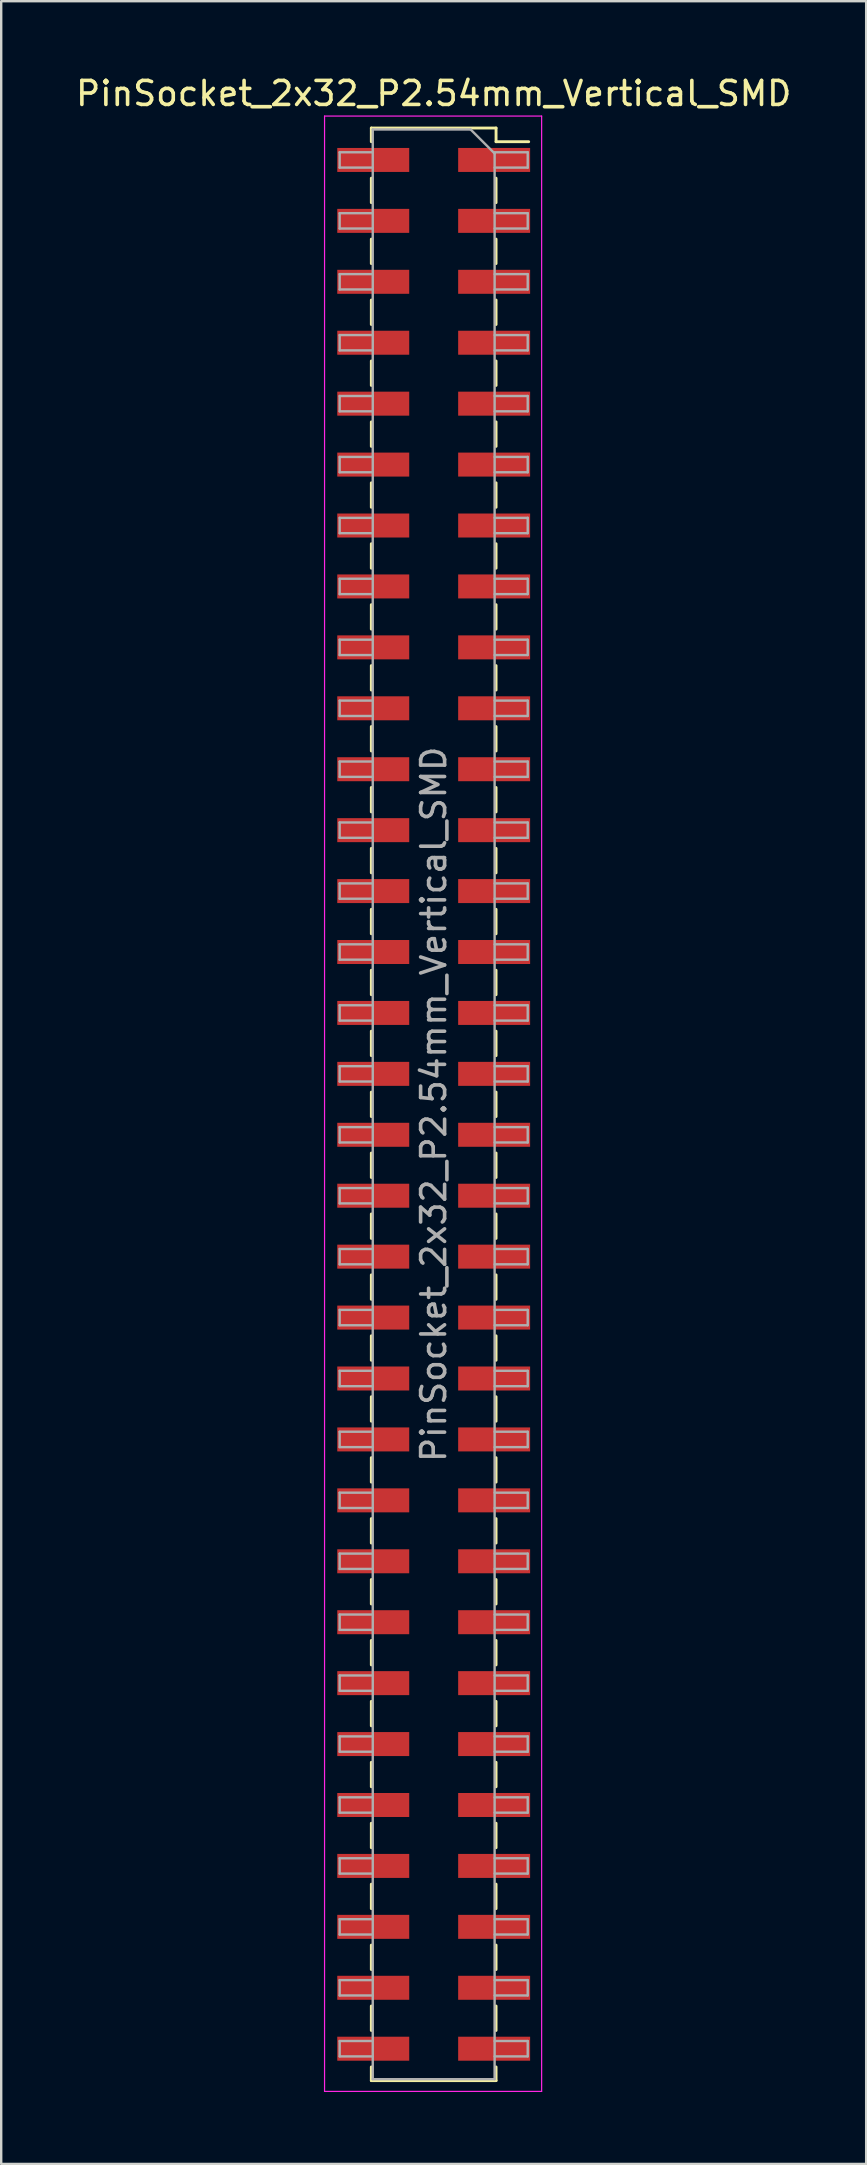
<source format=kicad_pcb>
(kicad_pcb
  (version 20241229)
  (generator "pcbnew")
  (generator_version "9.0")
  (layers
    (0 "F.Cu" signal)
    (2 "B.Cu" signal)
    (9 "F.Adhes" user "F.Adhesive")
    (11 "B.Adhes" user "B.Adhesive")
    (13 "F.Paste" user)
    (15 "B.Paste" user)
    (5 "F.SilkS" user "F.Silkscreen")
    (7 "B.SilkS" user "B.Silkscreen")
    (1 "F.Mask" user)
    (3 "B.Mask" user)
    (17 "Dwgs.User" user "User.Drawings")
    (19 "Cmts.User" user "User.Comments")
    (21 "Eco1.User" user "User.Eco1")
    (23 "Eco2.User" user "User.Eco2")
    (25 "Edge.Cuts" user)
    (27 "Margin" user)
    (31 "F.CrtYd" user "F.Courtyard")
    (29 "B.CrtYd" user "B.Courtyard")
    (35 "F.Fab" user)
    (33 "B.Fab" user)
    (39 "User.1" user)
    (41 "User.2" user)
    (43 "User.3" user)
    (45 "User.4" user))
  (footprint "PinSocket_2x32_P2.54mm_Vertical_SMD"
    (layer "F.Cu")
    (at 15.03 42.988)
    (property "Reference" "PinSocket_2x32_P2.54mm_Vertical_SMD" (at 0 -42.14 0) (layer "F.SilkS") (effects (font (size 1 1) (thickness 0.15))))
    (attr smd)
    (fp_line (start -2.6 -40.7) (end -2.6 -40.13) (stroke (width 0.12) (type solid)) (layer "F.SilkS"))
    (fp_line (start -2.6 -40.7) (end 2.6 -40.7) (stroke (width 0.12) (type solid)) (layer "F.SilkS"))
    (fp_line (start -2.6 -38.61) (end -2.6 -37.59) (stroke (width 0.12) (type solid)) (layer "F.SilkS"))
    (fp_line (start -2.6 -36.07) (end -2.6 -35.05) (stroke (width 0.12) (type solid)) (layer "F.SilkS"))
    (fp_line (start -2.6 -33.53) (end -2.6 -32.51) (stroke (width 0.12) (type solid)) (layer "F.SilkS"))
    (fp_line (start -2.6 -30.99) (end -2.6 -29.97) (stroke (width 0.12) (type solid)) (layer "F.SilkS"))
    (fp_line (start -2.6 -28.45) (end -2.6 -27.43) (stroke (width 0.12) (type solid)) (layer "F.SilkS"))
    (fp_line (start -2.6 -25.91) (end -2.6 -24.89) (stroke (width 0.12) (type solid)) (layer "F.SilkS"))
    (fp_line (start -2.6 -23.37) (end -2.6 -22.35) (stroke (width 0.12) (type solid)) (layer "F.SilkS"))
    (fp_line (start -2.6 -20.83) (end -2.6 -19.81) (stroke (width 0.12) (type solid)) (layer "F.SilkS"))
    (fp_line (start -2.6 -18.29) (end -2.6 -17.27) (stroke (width 0.12) (type solid)) (layer "F.SilkS"))
    (fp_line (start -2.6 -15.75) (end -2.6 -14.73) (stroke (width 0.12) (type solid)) (layer "F.SilkS"))
    (fp_line (start -2.6 -13.21) (end -2.6 -12.19) (stroke (width 0.12) (type solid)) (layer "F.SilkS"))
    (fp_line (start -2.6 -10.67) (end -2.6 -9.65) (stroke (width 0.12) (type solid)) (layer "F.SilkS"))
    (fp_line (start -2.6 -8.13) (end -2.6 -7.11) (stroke (width 0.12) (type solid)) (layer "F.SilkS"))
    (fp_line (start -2.6 -5.59) (end -2.6 -4.57) (stroke (width 0.12) (type solid)) (layer "F.SilkS"))
    (fp_line (start -2.6 -3.05) (end -2.6 -2.03) (stroke (width 0.12) (type solid)) (layer "F.SilkS"))
    (fp_line (start -2.6 -0.51) (end -2.6 0.51) (stroke (width 0.12) (type solid)) (layer "F.SilkS"))
    (fp_line (start -2.6 2.03) (end -2.6 3.05) (stroke (width 0.12) (type solid)) (layer "F.SilkS"))
    (fp_line (start -2.6 4.57) (end -2.6 5.59) (stroke (width 0.12) (type solid)) (layer "F.SilkS"))
    (fp_line (start -2.6 7.11) (end -2.6 8.13) (stroke (width 0.12) (type solid)) (layer "F.SilkS"))
    (fp_line (start -2.6 9.65) (end -2.6 10.67) (stroke (width 0.12) (type solid)) (layer "F.SilkS"))
    (fp_line (start -2.6 12.19) (end -2.6 13.21) (stroke (width 0.12) (type solid)) (layer "F.SilkS"))
    (fp_line (start -2.6 14.73) (end -2.6 15.75) (stroke (width 0.12) (type solid)) (layer "F.SilkS"))
    (fp_line (start -2.6 17.27) (end -2.6 18.29) (stroke (width 0.12) (type solid)) (layer "F.SilkS"))
    (fp_line (start -2.6 19.81) (end -2.6 20.83) (stroke (width 0.12) (type solid)) (layer "F.SilkS"))
    (fp_line (start -2.6 22.35) (end -2.6 23.37) (stroke (width 0.12) (type solid)) (layer "F.SilkS"))
    (fp_line (start -2.6 24.89) (end -2.6 25.91) (stroke (width 0.12) (type solid)) (layer "F.SilkS"))
    (fp_line (start -2.6 27.43) (end -2.6 28.45) (stroke (width 0.12) (type solid)) (layer "F.SilkS"))
    (fp_line (start -2.6 29.97) (end -2.6 30.99) (stroke (width 0.12) (type solid)) (layer "F.SilkS"))
    (fp_line (start -2.6 32.51) (end -2.6 33.53) (stroke (width 0.12) (type solid)) (layer "F.SilkS"))
    (fp_line (start -2.6 35.05) (end -2.6 36.07) (stroke (width 0.12) (type solid)) (layer "F.SilkS"))
    (fp_line (start -2.6 37.59) (end -2.6 38.61) (stroke (width 0.12) (type solid)) (layer "F.SilkS"))
    (fp_line (start -2.6 40.13) (end -2.6 40.7) (stroke (width 0.12) (type solid)) (layer "F.SilkS"))
    (fp_line (start -2.6 40.7) (end 2.6 40.7) (stroke (width 0.12) (type solid)) (layer "F.SilkS"))
    (fp_line (start 2.6 -40.7) (end 2.6 -40.13) (stroke (width 0.12) (type solid)) (layer "F.SilkS"))
    (fp_line (start 2.6 -40.13) (end 3.96 -40.13) (stroke (width 0.12) (type solid)) (layer "F.SilkS"))
    (fp_line (start 2.6 -38.61) (end 2.6 -37.59) (stroke (width 0.12) (type solid)) (layer "F.SilkS"))
    (fp_line (start 2.6 -36.07) (end 2.6 -35.05) (stroke (width 0.12) (type solid)) (layer "F.SilkS"))
    (fp_line (start 2.6 -33.53) (end 2.6 -32.51) (stroke (width 0.12) (type solid)) (layer "F.SilkS"))
    (fp_line (start 2.6 -30.99) (end 2.6 -29.97) (stroke (width 0.12) (type solid)) (layer "F.SilkS"))
    (fp_line (start 2.6 -28.45) (end 2.6 -27.43) (stroke (width 0.12) (type solid)) (layer "F.SilkS"))
    (fp_line (start 2.6 -25.91) (end 2.6 -24.89) (stroke (width 0.12) (type solid)) (layer "F.SilkS"))
    (fp_line (start 2.6 -23.37) (end 2.6 -22.35) (stroke (width 0.12) (type solid)) (layer "F.SilkS"))
    (fp_line (start 2.6 -20.83) (end 2.6 -19.81) (stroke (width 0.12) (type solid)) (layer "F.SilkS"))
    (fp_line (start 2.6 -18.29) (end 2.6 -17.27) (stroke (width 0.12) (type solid)) (layer "F.SilkS"))
    (fp_line (start 2.6 -15.75) (end 2.6 -14.73) (stroke (width 0.12) (type solid)) (layer "F.SilkS"))
    (fp_line (start 2.6 -13.21) (end 2.6 -12.19) (stroke (width 0.12) (type solid)) (layer "F.SilkS"))
    (fp_line (start 2.6 -10.67) (end 2.6 -9.65) (stroke (width 0.12) (type solid)) (layer "F.SilkS"))
    (fp_line (start 2.6 -8.13) (end 2.6 -7.11) (stroke (width 0.12) (type solid)) (layer "F.SilkS"))
    (fp_line (start 2.6 -5.59) (end 2.6 -4.57) (stroke (width 0.12) (type solid)) (layer "F.SilkS"))
    (fp_line (start 2.6 -3.05) (end 2.6 -2.03) (stroke (width 0.12) (type solid)) (layer "F.SilkS"))
    (fp_line (start 2.6 -0.51) (end 2.6 0.51) (stroke (width 0.12) (type solid)) (layer "F.SilkS"))
    (fp_line (start 2.6 2.03) (end 2.6 3.05) (stroke (width 0.12) (type solid)) (layer "F.SilkS"))
    (fp_line (start 2.6 4.57) (end 2.6 5.59) (stroke (width 0.12) (type solid)) (layer "F.SilkS"))
    (fp_line (start 2.6 7.11) (end 2.6 8.13) (stroke (width 0.12) (type solid)) (layer "F.SilkS"))
    (fp_line (start 2.6 9.65) (end 2.6 10.67) (stroke (width 0.12) (type solid)) (layer "F.SilkS"))
    (fp_line (start 2.6 12.19) (end 2.6 13.21) (stroke (width 0.12) (type solid)) (layer "F.SilkS"))
    (fp_line (start 2.6 14.73) (end 2.6 15.75) (stroke (width 0.12) (type solid)) (layer "F.SilkS"))
    (fp_line (start 2.6 17.27) (end 2.6 18.29) (stroke (width 0.12) (type solid)) (layer "F.SilkS"))
    (fp_line (start 2.6 19.81) (end 2.6 20.83) (stroke (width 0.12) (type solid)) (layer "F.SilkS"))
    (fp_line (start 2.6 22.35) (end 2.6 23.37) (stroke (width 0.12) (type solid)) (layer "F.SilkS"))
    (fp_line (start 2.6 24.89) (end 2.6 25.91) (stroke (width 0.12) (type solid)) (layer "F.SilkS"))
    (fp_line (start 2.6 27.43) (end 2.6 28.45) (stroke (width 0.12) (type solid)) (layer "F.SilkS"))
    (fp_line (start 2.6 29.97) (end 2.6 30.99) (stroke (width 0.12) (type solid)) (layer "F.SilkS"))
    (fp_line (start 2.6 32.51) (end 2.6 33.53) (stroke (width 0.12) (type solid)) (layer "F.SilkS"))
    (fp_line (start 2.6 35.05) (end 2.6 36.07) (stroke (width 0.12) (type solid)) (layer "F.SilkS"))
    (fp_line (start 2.6 37.59) (end 2.6 38.61) (stroke (width 0.12) (type solid)) (layer "F.SilkS"))
    (fp_line (start 2.6 40.13) (end 2.6 40.7) (stroke (width 0.12) (type solid)) (layer "F.SilkS"))
    (fp_line (start -4.55 -41.2) (end 4.5 -41.2) (stroke (width 0.05) (type solid)) (layer "F.CrtYd"))
    (fp_line (start -4.55 41.15) (end -4.55 -41.2) (stroke (width 0.05) (type solid)) (layer "F.CrtYd"))
    (fp_line (start 4.5 -41.2) (end 4.5 41.15) (stroke (width 0.05) (type solid)) (layer "F.CrtYd"))
    (fp_line (start 4.5 41.15) (end -4.55 41.15) (stroke (width 0.05) (type solid)) (layer "F.CrtYd"))
    (fp_line (start -3.92 -39.69) (end -2.54 -39.69) (stroke (width 0.1) (type solid)) (layer "F.Fab"))
    (fp_line (start -3.92 -39.05) (end -3.92 -39.69) (stroke (width 0.1) (type solid)) (layer "F.Fab"))
    (fp_line (start -3.92 -37.15) (end -2.54 -37.15) (stroke (width 0.1) (type solid)) (layer "F.Fab"))
    (fp_line (start -3.92 -36.51) (end -3.92 -37.15) (stroke (width 0.1) (type solid)) (layer "F.Fab"))
    (fp_line (start -3.92 -34.61) (end -2.54 -34.61) (stroke (width 0.1) (type solid)) (layer "F.Fab"))
    (fp_line (start -3.92 -33.97) (end -3.92 -34.61) (stroke (width 0.1) (type solid)) (layer "F.Fab"))
    (fp_line (start -3.92 -32.07) (end -2.54 -32.07) (stroke (width 0.1) (type solid)) (layer "F.Fab"))
    (fp_line (start -3.92 -31.43) (end -3.92 -32.07) (stroke (width 0.1) (type solid)) (layer "F.Fab"))
    (fp_line (start -3.92 -29.53) (end -2.54 -29.53) (stroke (width 0.1) (type solid)) (layer "F.Fab"))
    (fp_line (start -3.92 -28.89) (end -3.92 -29.53) (stroke (width 0.1) (type solid)) (layer "F.Fab"))
    (fp_line (start -3.92 -26.99) (end -2.54 -26.99) (stroke (width 0.1) (type solid)) (layer "F.Fab"))
    (fp_line (start -3.92 -26.35) (end -3.92 -26.99) (stroke (width 0.1) (type solid)) (layer "F.Fab"))
    (fp_line (start -3.92 -24.45) (end -2.54 -24.45) (stroke (width 0.1) (type solid)) (layer "F.Fab"))
    (fp_line (start -3.92 -23.81) (end -3.92 -24.45) (stroke (width 0.1) (type solid)) (layer "F.Fab"))
    (fp_line (start -3.92 -21.91) (end -2.54 -21.91) (stroke (width 0.1) (type solid)) (layer "F.Fab"))
    (fp_line (start -3.92 -21.27) (end -3.92 -21.91) (stroke (width 0.1) (type solid)) (layer "F.Fab"))
    (fp_line (start -3.92 -19.37) (end -2.54 -19.37) (stroke (width 0.1) (type solid)) (layer "F.Fab"))
    (fp_line (start -3.92 -18.73) (end -3.92 -19.37) (stroke (width 0.1) (type solid)) (layer "F.Fab"))
    (fp_line (start -3.92 -16.83) (end -2.54 -16.83) (stroke (width 0.1) (type solid)) (layer "F.Fab"))
    (fp_line (start -3.92 -16.19) (end -3.92 -16.83) (stroke (width 0.1) (type solid)) (layer "F.Fab"))
    (fp_line (start -3.92 -14.29) (end -2.54 -14.29) (stroke (width 0.1) (type solid)) (layer "F.Fab"))
    (fp_line (start -3.92 -13.65) (end -3.92 -14.29) (stroke (width 0.1) (type solid)) (layer "F.Fab"))
    (fp_line (start -3.92 -11.75) (end -2.54 -11.75) (stroke (width 0.1) (type solid)) (layer "F.Fab"))
    (fp_line (start -3.92 -11.11) (end -3.92 -11.75) (stroke (width 0.1) (type solid)) (layer "F.Fab"))
    (fp_line (start -3.92 -9.21) (end -2.54 -9.21) (stroke (width 0.1) (type solid)) (layer "F.Fab"))
    (fp_line (start -3.92 -8.57) (end -3.92 -9.21) (stroke (width 0.1) (type solid)) (layer "F.Fab"))
    (fp_line (start -3.92 -6.67) (end -2.54 -6.67) (stroke (width 0.1) (type solid)) (layer "F.Fab"))
    (fp_line (start -3.92 -6.03) (end -3.92 -6.67) (stroke (width 0.1) (type solid)) (layer "F.Fab"))
    (fp_line (start -3.92 -4.13) (end -2.54 -4.13) (stroke (width 0.1) (type solid)) (layer "F.Fab"))
    (fp_line (start -3.92 -3.49) (end -3.92 -4.13) (stroke (width 0.1) (type solid)) (layer "F.Fab"))
    (fp_line (start -3.92 -1.59) (end -2.54 -1.59) (stroke (width 0.1) (type solid)) (layer "F.Fab"))
    (fp_line (start -3.92 -0.95) (end -3.92 -1.59) (stroke (width 0.1) (type solid)) (layer "F.Fab"))
    (fp_line (start -3.92 0.95) (end -2.54 0.95) (stroke (width 0.1) (type solid)) (layer "F.Fab"))
    (fp_line (start -3.92 1.59) (end -3.92 0.95) (stroke (width 0.1) (type solid)) (layer "F.Fab"))
    (fp_line (start -3.92 3.49) (end -2.54 3.49) (stroke (width 0.1) (type solid)) (layer "F.Fab"))
    (fp_line (start -3.92 4.13) (end -3.92 3.49) (stroke (width 0.1) (type solid)) (layer "F.Fab"))
    (fp_line (start -3.92 6.03) (end -2.54 6.03) (stroke (width 0.1) (type solid)) (layer "F.Fab"))
    (fp_line (start -3.92 6.67) (end -3.92 6.03) (stroke (width 0.1) (type solid)) (layer "F.Fab"))
    (fp_line (start -3.92 8.57) (end -2.54 8.57) (stroke (width 0.1) (type solid)) (layer "F.Fab"))
    (fp_line (start -3.92 9.21) (end -3.92 8.57) (stroke (width 0.1) (type solid)) (layer "F.Fab"))
    (fp_line (start -3.92 11.11) (end -2.54 11.11) (stroke (width 0.1) (type solid)) (layer "F.Fab"))
    (fp_line (start -3.92 11.75) (end -3.92 11.11) (stroke (width 0.1) (type solid)) (layer "F.Fab"))
    (fp_line (start -3.92 13.65) (end -2.54 13.65) (stroke (width 0.1) (type solid)) (layer "F.Fab"))
    (fp_line (start -3.92 14.29) (end -3.92 13.65) (stroke (width 0.1) (type solid)) (layer "F.Fab"))
    (fp_line (start -3.92 16.19) (end -2.54 16.19) (stroke (width 0.1) (type solid)) (layer "F.Fab"))
    (fp_line (start -3.92 16.83) (end -3.92 16.19) (stroke (width 0.1) (type solid)) (layer "F.Fab"))
    (fp_line (start -3.92 18.73) (end -2.54 18.73) (stroke (width 0.1) (type solid)) (layer "F.Fab"))
    (fp_line (start -3.92 19.37) (end -3.92 18.73) (stroke (width 0.1) (type solid)) (layer "F.Fab"))
    (fp_line (start -3.92 21.27) (end -2.54 21.27) (stroke (width 0.1) (type solid)) (layer "F.Fab"))
    (fp_line (start -3.92 21.91) (end -3.92 21.27) (stroke (width 0.1) (type solid)) (layer "F.Fab"))
    (fp_line (start -3.92 23.81) (end -2.54 23.81) (stroke (width 0.1) (type solid)) (layer "F.Fab"))
    (fp_line (start -3.92 24.45) (end -3.92 23.81) (stroke (width 0.1) (type solid)) (layer "F.Fab"))
    (fp_line (start -3.92 26.35) (end -2.54 26.35) (stroke (width 0.1) (type solid)) (layer "F.Fab"))
    (fp_line (start -3.92 26.99) (end -3.92 26.35) (stroke (width 0.1) (type solid)) (layer "F.Fab"))
    (fp_line (start -3.92 28.89) (end -2.54 28.89) (stroke (width 0.1) (type solid)) (layer "F.Fab"))
    (fp_line (start -3.92 29.53) (end -3.92 28.89) (stroke (width 0.1) (type solid)) (layer "F.Fab"))
    (fp_line (start -3.92 31.43) (end -2.54 31.43) (stroke (width 0.1) (type solid)) (layer "F.Fab"))
    (fp_line (start -3.92 32.07) (end -3.92 31.43) (stroke (width 0.1) (type solid)) (layer "F.Fab"))
    (fp_line (start -3.92 33.97) (end -2.54 33.97) (stroke (width 0.1) (type solid)) (layer "F.Fab"))
    (fp_line (start -3.92 34.61) (end -3.92 33.97) (stroke (width 0.1) (type solid)) (layer "F.Fab"))
    (fp_line (start -3.92 36.51) (end -2.54 36.51) (stroke (width 0.1) (type solid)) (layer "F.Fab"))
    (fp_line (start -3.92 37.15) (end -3.92 36.51) (stroke (width 0.1) (type solid)) (layer "F.Fab"))
    (fp_line (start -3.92 39.05) (end -2.54 39.05) (stroke (width 0.1) (type solid)) (layer "F.Fab"))
    (fp_line (start -3.92 39.69) (end -3.92 39.05) (stroke (width 0.1) (type solid)) (layer "F.Fab"))
    (fp_line (start -2.54 -40.64) (end 1.54 -40.64) (stroke (width 0.1) (type solid)) (layer "F.Fab"))
    (fp_line (start -2.54 -39.05) (end -3.92 -39.05) (stroke (width 0.1) (type solid)) (layer "F.Fab"))
    (fp_line (start -2.54 -36.51) (end -3.92 -36.51) (stroke (width 0.1) (type solid)) (layer "F.Fab"))
    (fp_line (start -2.54 -33.97) (end -3.92 -33.97) (stroke (width 0.1) (type solid)) (layer "F.Fab"))
    (fp_line (start -2.54 -31.43) (end -3.92 -31.43) (stroke (width 0.1) (type solid)) (layer "F.Fab"))
    (fp_line (start -2.54 -28.89) (end -3.92 -28.89) (stroke (width 0.1) (type solid)) (layer "F.Fab"))
    (fp_line (start -2.54 -26.35) (end -3.92 -26.35) (stroke (width 0.1) (type solid)) (layer "F.Fab"))
    (fp_line (start -2.54 -23.81) (end -3.92 -23.81) (stroke (width 0.1) (type solid)) (layer "F.Fab"))
    (fp_line (start -2.54 -21.27) (end -3.92 -21.27) (stroke (width 0.1) (type solid)) (layer "F.Fab"))
    (fp_line (start -2.54 -18.73) (end -3.92 -18.73) (stroke (width 0.1) (type solid)) (layer "F.Fab"))
    (fp_line (start -2.54 -16.19) (end -3.92 -16.19) (stroke (width 0.1) (type solid)) (layer "F.Fab"))
    (fp_line (start -2.54 -13.65) (end -3.92 -13.65) (stroke (width 0.1) (type solid)) (layer "F.Fab"))
    (fp_line (start -2.54 -11.11) (end -3.92 -11.11) (stroke (width 0.1) (type solid)) (layer "F.Fab"))
    (fp_line (start -2.54 -8.57) (end -3.92 -8.57) (stroke (width 0.1) (type solid)) (layer "F.Fab"))
    (fp_line (start -2.54 -6.03) (end -3.92 -6.03) (stroke (width 0.1) (type solid)) (layer "F.Fab"))
    (fp_line (start -2.54 -3.49) (end -3.92 -3.49) (stroke (width 0.1) (type solid)) (layer "F.Fab"))
    (fp_line (start -2.54 -0.95) (end -3.92 -0.95) (stroke (width 0.1) (type solid)) (layer "F.Fab"))
    (fp_line (start -2.54 1.59) (end -3.92 1.59) (stroke (width 0.1) (type solid)) (layer "F.Fab"))
    (fp_line (start -2.54 4.13) (end -3.92 4.13) (stroke (width 0.1) (type solid)) (layer "F.Fab"))
    (fp_line (start -2.54 6.67) (end -3.92 6.67) (stroke (width 0.1) (type solid)) (layer "F.Fab"))
    (fp_line (start -2.54 9.21) (end -3.92 9.21) (stroke (width 0.1) (type solid)) (layer "F.Fab"))
    (fp_line (start -2.54 11.75) (end -3.92 11.75) (stroke (width 0.1) (type solid)) (layer "F.Fab"))
    (fp_line (start -2.54 14.29) (end -3.92 14.29) (stroke (width 0.1) (type solid)) (layer "F.Fab"))
    (fp_line (start -2.54 16.83) (end -3.92 16.83) (stroke (width 0.1) (type solid)) (layer "F.Fab"))
    (fp_line (start -2.54 19.37) (end -3.92 19.37) (stroke (width 0.1) (type solid)) (layer "F.Fab"))
    (fp_line (start -2.54 21.91) (end -3.92 21.91) (stroke (width 0.1) (type solid)) (layer "F.Fab"))
    (fp_line (start -2.54 24.45) (end -3.92 24.45) (stroke (width 0.1) (type solid)) (layer "F.Fab"))
    (fp_line (start -2.54 26.99) (end -3.92 26.99) (stroke (width 0.1) (type solid)) (layer "F.Fab"))
    (fp_line (start -2.54 29.53) (end -3.92 29.53) (stroke (width 0.1) (type solid)) (layer "F.Fab"))
    (fp_line (start -2.54 32.07) (end -3.92 32.07) (stroke (width 0.1) (type solid)) (layer "F.Fab"))
    (fp_line (start -2.54 34.61) (end -3.92 34.61) (stroke (width 0.1) (type solid)) (layer "F.Fab"))
    (fp_line (start -2.54 37.15) (end -3.92 37.15) (stroke (width 0.1) (type solid)) (layer "F.Fab"))
    (fp_line (start -2.54 39.69) (end -3.92 39.69) (stroke (width 0.1) (type solid)) (layer "F.Fab"))
    (fp_line (start -2.54 40.64) (end -2.54 -40.64) (stroke (width 0.1) (type solid)) (layer "F.Fab"))
    (fp_line (start 1.54 -40.64) (end 2.54 -39.64) (stroke (width 0.1) (type solid)) (layer "F.Fab"))
    (fp_line (start 2.54 -39.69) (end 3.92 -39.69) (stroke (width 0.1) (type solid)) (layer "F.Fab"))
    (fp_line (start 2.54 -39.64) (end 2.54 40.64) (stroke (width 0.1) (type solid)) (layer "F.Fab"))
    (fp_line (start 2.54 -37.15) (end 3.92 -37.15) (stroke (width 0.1) (type solid)) (layer "F.Fab"))
    (fp_line (start 2.54 -34.61) (end 3.92 -34.61) (stroke (width 0.1) (type solid)) (layer "F.Fab"))
    (fp_line (start 2.54 -32.07) (end 3.92 -32.07) (stroke (width 0.1) (type solid)) (layer "F.Fab"))
    (fp_line (start 2.54 -29.53) (end 3.92 -29.53) (stroke (width 0.1) (type solid)) (layer "F.Fab"))
    (fp_line (start 2.54 -26.99) (end 3.92 -26.99) (stroke (width 0.1) (type solid)) (layer "F.Fab"))
    (fp_line (start 2.54 -24.45) (end 3.92 -24.45) (stroke (width 0.1) (type solid)) (layer "F.Fab"))
    (fp_line (start 2.54 -21.91) (end 3.92 -21.91) (stroke (width 0.1) (type solid)) (layer "F.Fab"))
    (fp_line (start 2.54 -19.37) (end 3.92 -19.37) (stroke (width 0.1) (type solid)) (layer "F.Fab"))
    (fp_line (start 2.54 -16.83) (end 3.92 -16.83) (stroke (width 0.1) (type solid)) (layer "F.Fab"))
    (fp_line (start 2.54 -14.29) (end 3.92 -14.29) (stroke (width 0.1) (type solid)) (layer "F.Fab"))
    (fp_line (start 2.54 -11.75) (end 3.92 -11.75) (stroke (width 0.1) (type solid)) (layer "F.Fab"))
    (fp_line (start 2.54 -9.21) (end 3.92 -9.21) (stroke (width 0.1) (type solid)) (layer "F.Fab"))
    (fp_line (start 2.54 -6.67) (end 3.92 -6.67) (stroke (width 0.1) (type solid)) (layer "F.Fab"))
    (fp_line (start 2.54 -4.13) (end 3.92 -4.13) (stroke (width 0.1) (type solid)) (layer "F.Fab"))
    (fp_line (start 2.54 -1.59) (end 3.92 -1.59) (stroke (width 0.1) (type solid)) (layer "F.Fab"))
    (fp_line (start 2.54 0.95) (end 3.92 0.95) (stroke (width 0.1) (type solid)) (layer "F.Fab"))
    (fp_line (start 2.54 3.49) (end 3.92 3.49) (stroke (width 0.1) (type solid)) (layer "F.Fab"))
    (fp_line (start 2.54 6.03) (end 3.92 6.03) (stroke (width 0.1) (type solid)) (layer "F.Fab"))
    (fp_line (start 2.54 8.57) (end 3.92 8.57) (stroke (width 0.1) (type solid)) (layer "F.Fab"))
    (fp_line (start 2.54 11.11) (end 3.92 11.11) (stroke (width 0.1) (type solid)) (layer "F.Fab"))
    (fp_line (start 2.54 13.65) (end 3.92 13.65) (stroke (width 0.1) (type solid)) (layer "F.Fab"))
    (fp_line (start 2.54 16.19) (end 3.92 16.19) (stroke (width 0.1) (type solid)) (layer "F.Fab"))
    (fp_line (start 2.54 18.73) (end 3.92 18.73) (stroke (width 0.1) (type solid)) (layer "F.Fab"))
    (fp_line (start 2.54 21.27) (end 3.92 21.27) (stroke (width 0.1) (type solid)) (layer "F.Fab"))
    (fp_line (start 2.54 23.81) (end 3.92 23.81) (stroke (width 0.1) (type solid)) (layer "F.Fab"))
    (fp_line (start 2.54 26.35) (end 3.92 26.35) (stroke (width 0.1) (type solid)) (layer "F.Fab"))
    (fp_line (start 2.54 28.89) (end 3.92 28.89) (stroke (width 0.1) (type solid)) (layer "F.Fab"))
    (fp_line (start 2.54 31.43) (end 3.92 31.43) (stroke (width 0.1) (type solid)) (layer "F.Fab"))
    (fp_line (start 2.54 33.97) (end 3.92 33.97) (stroke (width 0.1) (type solid)) (layer "F.Fab"))
    (fp_line (start 2.54 36.51) (end 3.92 36.51) (stroke (width 0.1) (type solid)) (layer "F.Fab"))
    (fp_line (start 2.54 39.05) (end 3.92 39.05) (stroke (width 0.1) (type solid)) (layer "F.Fab"))
    (fp_line (start 2.54 40.64) (end -2.54 40.64) (stroke (width 0.1) (type solid)) (layer "F.Fab"))
    (fp_line (start 3.92 -39.69) (end 3.92 -39.05) (stroke (width 0.1) (type solid)) (layer "F.Fab"))
    (fp_line (start 3.92 -39.05) (end 2.54 -39.05) (stroke (width 0.1) (type solid)) (layer "F.Fab"))
    (fp_line (start 3.92 -37.15) (end 3.92 -36.51) (stroke (width 0.1) (type solid)) (layer "F.Fab"))
    (fp_line (start 3.92 -36.51) (end 2.54 -36.51) (stroke (width 0.1) (type solid)) (layer "F.Fab"))
    (fp_line (start 3.92 -34.61) (end 3.92 -33.97) (stroke (width 0.1) (type solid)) (layer "F.Fab"))
    (fp_line (start 3.92 -33.97) (end 2.54 -33.97) (stroke (width 0.1) (type solid)) (layer "F.Fab"))
    (fp_line (start 3.92 -32.07) (end 3.92 -31.43) (stroke (width 0.1) (type solid)) (layer "F.Fab"))
    (fp_line (start 3.92 -31.43) (end 2.54 -31.43) (stroke (width 0.1) (type solid)) (layer "F.Fab"))
    (fp_line (start 3.92 -29.53) (end 3.92 -28.89) (stroke (width 0.1) (type solid)) (layer "F.Fab"))
    (fp_line (start 3.92 -28.89) (end 2.54 -28.89) (stroke (width 0.1) (type solid)) (layer "F.Fab"))
    (fp_line (start 3.92 -26.99) (end 3.92 -26.35) (stroke (width 0.1) (type solid)) (layer "F.Fab"))
    (fp_line (start 3.92 -26.35) (end 2.54 -26.35) (stroke (width 0.1) (type solid)) (layer "F.Fab"))
    (fp_line (start 3.92 -24.45) (end 3.92 -23.81) (stroke (width 0.1) (type solid)) (layer "F.Fab"))
    (fp_line (start 3.92 -23.81) (end 2.54 -23.81) (stroke (width 0.1) (type solid)) (layer "F.Fab"))
    (fp_line (start 3.92 -21.91) (end 3.92 -21.27) (stroke (width 0.1) (type solid)) (layer "F.Fab"))
    (fp_line (start 3.92 -21.27) (end 2.54 -21.27) (stroke (width 0.1) (type solid)) (layer "F.Fab"))
    (fp_line (start 3.92 -19.37) (end 3.92 -18.73) (stroke (width 0.1) (type solid)) (layer "F.Fab"))
    (fp_line (start 3.92 -18.73) (end 2.54 -18.73) (stroke (width 0.1) (type solid)) (layer "F.Fab"))
    (fp_line (start 3.92 -16.83) (end 3.92 -16.19) (stroke (width 0.1) (type solid)) (layer "F.Fab"))
    (fp_line (start 3.92 -16.19) (end 2.54 -16.19) (stroke (width 0.1) (type solid)) (layer "F.Fab"))
    (fp_line (start 3.92 -14.29) (end 3.92 -13.65) (stroke (width 0.1) (type solid)) (layer "F.Fab"))
    (fp_line (start 3.92 -13.65) (end 2.54 -13.65) (stroke (width 0.1) (type solid)) (layer "F.Fab"))
    (fp_line (start 3.92 -11.75) (end 3.92 -11.11) (stroke (width 0.1) (type solid)) (layer "F.Fab"))
    (fp_line (start 3.92 -11.11) (end 2.54 -11.11) (stroke (width 0.1) (type solid)) (layer "F.Fab"))
    (fp_line (start 3.92 -9.21) (end 3.92 -8.57) (stroke (width 0.1) (type solid)) (layer "F.Fab"))
    (fp_line (start 3.92 -8.57) (end 2.54 -8.57) (stroke (width 0.1) (type solid)) (layer "F.Fab"))
    (fp_line (start 3.92 -6.67) (end 3.92 -6.03) (stroke (width 0.1) (type solid)) (layer "F.Fab"))
    (fp_line (start 3.92 -6.03) (end 2.54 -6.03) (stroke (width 0.1) (type solid)) (layer "F.Fab"))
    (fp_line (start 3.92 -4.13) (end 3.92 -3.49) (stroke (width 0.1) (type solid)) (layer "F.Fab"))
    (fp_line (start 3.92 -3.49) (end 2.54 -3.49) (stroke (width 0.1) (type solid)) (layer "F.Fab"))
    (fp_line (start 3.92 -1.59) (end 3.92 -0.95) (stroke (width 0.1) (type solid)) (layer "F.Fab"))
    (fp_line (start 3.92 -0.95) (end 2.54 -0.95) (stroke (width 0.1) (type solid)) (layer "F.Fab"))
    (fp_line (start 3.92 0.95) (end 3.92 1.59) (stroke (width 0.1) (type solid)) (layer "F.Fab"))
    (fp_line (start 3.92 1.59) (end 2.54 1.59) (stroke (width 0.1) (type solid)) (layer "F.Fab"))
    (fp_line (start 3.92 3.49) (end 3.92 4.13) (stroke (width 0.1) (type solid)) (layer "F.Fab"))
    (fp_line (start 3.92 4.13) (end 2.54 4.13) (stroke (width 0.1) (type solid)) (layer "F.Fab"))
    (fp_line (start 3.92 6.03) (end 3.92 6.67) (stroke (width 0.1) (type solid)) (layer "F.Fab"))
    (fp_line (start 3.92 6.67) (end 2.54 6.67) (stroke (width 0.1) (type solid)) (layer "F.Fab"))
    (fp_line (start 3.92 8.57) (end 3.92 9.21) (stroke (width 0.1) (type solid)) (layer "F.Fab"))
    (fp_line (start 3.92 9.21) (end 2.54 9.21) (stroke (width 0.1) (type solid)) (layer "F.Fab"))
    (fp_line (start 3.92 11.11) (end 3.92 11.75) (stroke (width 0.1) (type solid)) (layer "F.Fab"))
    (fp_line (start 3.92 11.75) (end 2.54 11.75) (stroke (width 0.1) (type solid)) (layer "F.Fab"))
    (fp_line (start 3.92 13.65) (end 3.92 14.29) (stroke (width 0.1) (type solid)) (layer "F.Fab"))
    (fp_line (start 3.92 14.29) (end 2.54 14.29) (stroke (width 0.1) (type solid)) (layer "F.Fab"))
    (fp_line (start 3.92 16.19) (end 3.92 16.83) (stroke (width 0.1) (type solid)) (layer "F.Fab"))
    (fp_line (start 3.92 16.83) (end 2.54 16.83) (stroke (width 0.1) (type solid)) (layer "F.Fab"))
    (fp_line (start 3.92 18.73) (end 3.92 19.37) (stroke (width 0.1) (type solid)) (layer "F.Fab"))
    (fp_line (start 3.92 19.37) (end 2.54 19.37) (stroke (width 0.1) (type solid)) (layer "F.Fab"))
    (fp_line (start 3.92 21.27) (end 3.92 21.91) (stroke (width 0.1) (type solid)) (layer "F.Fab"))
    (fp_line (start 3.92 21.91) (end 2.54 21.91) (stroke (width 0.1) (type solid)) (layer "F.Fab"))
    (fp_line (start 3.92 23.81) (end 3.92 24.45) (stroke (width 0.1) (type solid)) (layer "F.Fab"))
    (fp_line (start 3.92 24.45) (end 2.54 24.45) (stroke (width 0.1) (type solid)) (layer "F.Fab"))
    (fp_line (start 3.92 26.35) (end 3.92 26.99) (stroke (width 0.1) (type solid)) (layer "F.Fab"))
    (fp_line (start 3.92 26.99) (end 2.54 26.99) (stroke (width 0.1) (type solid)) (layer "F.Fab"))
    (fp_line (start 3.92 28.89) (end 3.92 29.53) (stroke (width 0.1) (type solid)) (layer "F.Fab"))
    (fp_line (start 3.92 29.53) (end 2.54 29.53) (stroke (width 0.1) (type solid)) (layer "F.Fab"))
    (fp_line (start 3.92 31.43) (end 3.92 32.07) (stroke (width 0.1) (type solid)) (layer "F.Fab"))
    (fp_line (start 3.92 32.07) (end 2.54 32.07) (stroke (width 0.1) (type solid)) (layer "F.Fab"))
    (fp_line (start 3.92 33.97) (end 3.92 34.61) (stroke (width 0.1) (type solid)) (layer "F.Fab"))
    (fp_line (start 3.92 34.61) (end 2.54 34.61) (stroke (width 0.1) (type solid)) (layer "F.Fab"))
    (fp_line (start 3.92 36.51) (end 3.92 37.15) (stroke (width 0.1) (type solid)) (layer "F.Fab"))
    (fp_line (start 3.92 37.15) (end 2.54 37.15) (stroke (width 0.1) (type solid)) (layer "F.Fab"))
    (fp_line (start 3.92 39.05) (end 3.92 39.69) (stroke (width 0.1) (type solid)) (layer "F.Fab"))
    (fp_line (start 3.92 39.69) (end 2.54 39.69) (stroke (width 0.1) (type solid)) (layer "F.Fab"))
    (fp_text user "${REFERENCE}" (at 0 0 90) (layer "F.Fab") (effects (font (size 1 1) (thickness 0.15))))
    (pad "1" smd rect (at 2.52 -39.37) (size 3 1) (layers "F.Cu" "F.Mask" "F.Paste"))
    (pad "2" smd rect (at -2.52 -39.37) (size 3 1) (layers "F.Cu" "F.Mask" "F.Paste"))
    (pad "3" smd rect (at 2.52 -36.83) (size 3 1) (layers "F.Cu" "F.Mask" "F.Paste"))
    (pad "4" smd rect (at -2.52 -36.83) (size 3 1) (layers "F.Cu" "F.Mask" "F.Paste"))
    (pad "5" smd rect (at 2.52 -34.29) (size 3 1) (layers "F.Cu" "F.Mask" "F.Paste"))
    (pad "6" smd rect (at -2.52 -34.29) (size 3 1) (layers "F.Cu" "F.Mask" "F.Paste"))
    (pad "7" smd rect (at 2.52 -31.75) (size 3 1) (layers "F.Cu" "F.Mask" "F.Paste"))
    (pad "8" smd rect (at -2.52 -31.75) (size 3 1) (layers "F.Cu" "F.Mask" "F.Paste"))
    (pad "9" smd rect (at 2.52 -29.21) (size 3 1) (layers "F.Cu" "F.Mask" "F.Paste"))
    (pad "10" smd rect (at -2.52 -29.21) (size 3 1) (layers "F.Cu" "F.Mask" "F.Paste"))
    (pad "11" smd rect (at 2.52 -26.67) (size 3 1) (layers "F.Cu" "F.Mask" "F.Paste"))
    (pad "12" smd rect (at -2.52 -26.67) (size 3 1) (layers "F.Cu" "F.Mask" "F.Paste"))
    (pad "13" smd rect (at 2.52 -24.13) (size 3 1) (layers "F.Cu" "F.Mask" "F.Paste"))
    (pad "14" smd rect (at -2.52 -24.13) (size 3 1) (layers "F.Cu" "F.Mask" "F.Paste"))
    (pad "15" smd rect (at 2.52 -21.59) (size 3 1) (layers "F.Cu" "F.Mask" "F.Paste"))
    (pad "16" smd rect (at -2.52 -21.59) (size 3 1) (layers "F.Cu" "F.Mask" "F.Paste"))
    (pad "17" smd rect (at 2.52 -19.05) (size 3 1) (layers "F.Cu" "F.Mask" "F.Paste"))
    (pad "18" smd rect (at -2.52 -19.05) (size 3 1) (layers "F.Cu" "F.Mask" "F.Paste"))
    (pad "19" smd rect (at 2.52 -16.51) (size 3 1) (layers "F.Cu" "F.Mask" "F.Paste"))
    (pad "20" smd rect (at -2.52 -16.51) (size 3 1) (layers "F.Cu" "F.Mask" "F.Paste"))
    (pad "21" smd rect (at 2.52 -13.97) (size 3 1) (layers "F.Cu" "F.Mask" "F.Paste"))
    (pad "22" smd rect (at -2.52 -13.97) (size 3 1) (layers "F.Cu" "F.Mask" "F.Paste"))
    (pad "23" smd rect (at 2.52 -11.43) (size 3 1) (layers "F.Cu" "F.Mask" "F.Paste"))
    (pad "24" smd rect (at -2.52 -11.43) (size 3 1) (layers "F.Cu" "F.Mask" "F.Paste"))
    (pad "25" smd rect (at 2.52 -8.89) (size 3 1) (layers "F.Cu" "F.Mask" "F.Paste"))
    (pad "26" smd rect (at -2.52 -8.89) (size 3 1) (layers "F.Cu" "F.Mask" "F.Paste"))
    (pad "27" smd rect (at 2.52 -6.35) (size 3 1) (layers "F.Cu" "F.Mask" "F.Paste"))
    (pad "28" smd rect (at -2.52 -6.35) (size 3 1) (layers "F.Cu" "F.Mask" "F.Paste"))
    (pad "29" smd rect (at 2.52 -3.81) (size 3 1) (layers "F.Cu" "F.Mask" "F.Paste"))
    (pad "30" smd rect (at -2.52 -3.81) (size 3 1) (layers "F.Cu" "F.Mask" "F.Paste"))
    (pad "31" smd rect (at 2.52 -1.27) (size 3 1) (layers "F.Cu" "F.Mask" "F.Paste"))
    (pad "32" smd rect (at -2.52 -1.27) (size 3 1) (layers "F.Cu" "F.Mask" "F.Paste"))
    (pad "33" smd rect (at 2.52 1.27) (size 3 1) (layers "F.Cu" "F.Mask" "F.Paste"))
    (pad "34" smd rect (at -2.52 1.27) (size 3 1) (layers "F.Cu" "F.Mask" "F.Paste"))
    (pad "35" smd rect (at 2.52 3.81) (size 3 1) (layers "F.Cu" "F.Mask" "F.Paste"))
    (pad "36" smd rect (at -2.52 3.81) (size 3 1) (layers "F.Cu" "F.Mask" "F.Paste"))
    (pad "37" smd rect (at 2.52 6.35) (size 3 1) (layers "F.Cu" "F.Mask" "F.Paste"))
    (pad "38" smd rect (at -2.52 6.35) (size 3 1) (layers "F.Cu" "F.Mask" "F.Paste"))
    (pad "39" smd rect (at 2.52 8.89) (size 3 1) (layers "F.Cu" "F.Mask" "F.Paste"))
    (pad "40" smd rect (at -2.52 8.89) (size 3 1) (layers "F.Cu" "F.Mask" "F.Paste"))
    (pad "41" smd rect (at 2.52 11.43) (size 3 1) (layers "F.Cu" "F.Mask" "F.Paste"))
    (pad "42" smd rect (at -2.52 11.43) (size 3 1) (layers "F.Cu" "F.Mask" "F.Paste"))
    (pad "43" smd rect (at 2.52 13.97) (size 3 1) (layers "F.Cu" "F.Mask" "F.Paste"))
    (pad "44" smd rect (at -2.52 13.97) (size 3 1) (layers "F.Cu" "F.Mask" "F.Paste"))
    (pad "45" smd rect (at 2.52 16.51) (size 3 1) (layers "F.Cu" "F.Mask" "F.Paste"))
    (pad "46" smd rect (at -2.52 16.51) (size 3 1) (layers "F.Cu" "F.Mask" "F.Paste"))
    (pad "47" smd rect (at 2.52 19.05) (size 3 1) (layers "F.Cu" "F.Mask" "F.Paste"))
    (pad "48" smd rect (at -2.52 19.05) (size 3 1) (layers "F.Cu" "F.Mask" "F.Paste"))
    (pad "49" smd rect (at 2.52 21.59) (size 3 1) (layers "F.Cu" "F.Mask" "F.Paste"))
    (pad "50" smd rect (at -2.52 21.59) (size 3 1) (layers "F.Cu" "F.Mask" "F.Paste"))
    (pad "51" smd rect (at 2.52 24.13) (size 3 1) (layers "F.Cu" "F.Mask" "F.Paste"))
    (pad "52" smd rect (at -2.52 24.13) (size 3 1) (layers "F.Cu" "F.Mask" "F.Paste"))
    (pad "53" smd rect (at 2.52 26.67) (size 3 1) (layers "F.Cu" "F.Mask" "F.Paste"))
    (pad "54" smd rect (at -2.52 26.67) (size 3 1) (layers "F.Cu" "F.Mask" "F.Paste"))
    (pad "55" smd rect (at 2.52 29.21) (size 3 1) (layers "F.Cu" "F.Mask" "F.Paste"))
    (pad "56" smd rect (at -2.52 29.21) (size 3 1) (layers "F.Cu" "F.Mask" "F.Paste"))
    (pad "57" smd rect (at 2.52 31.75) (size 3 1) (layers "F.Cu" "F.Mask" "F.Paste"))
    (pad "58" smd rect (at -2.52 31.75) (size 3 1) (layers "F.Cu" "F.Mask" "F.Paste"))
    (pad "59" smd rect (at 2.52 34.29) (size 3 1) (layers "F.Cu" "F.Mask" "F.Paste"))
    (pad "60" smd rect (at -2.52 34.29) (size 3 1) (layers "F.Cu" "F.Mask" "F.Paste"))
    (pad "61" smd rect (at 2.52 36.83) (size 3 1) (layers "F.Cu" "F.Mask" "F.Paste"))
    (pad "62" smd rect (at -2.52 36.83) (size 3 1) (layers "F.Cu" "F.Mask" "F.Paste"))
    (pad "63" smd rect (at 2.52 39.37) (size 3 1) (layers "F.Cu" "F.Mask" "F.Paste"))
    (pad "64" smd rect (at -2.52 39.37) (size 3 1) (layers "F.Cu" "F.Mask" "F.Paste")))
  (gr_rect
    (start -3 -3)
    (end 33.06 87.163)
    (stroke (width 0.1) (type default))
    (fill no)
    (layer "Edge.Cuts")))
</source>
